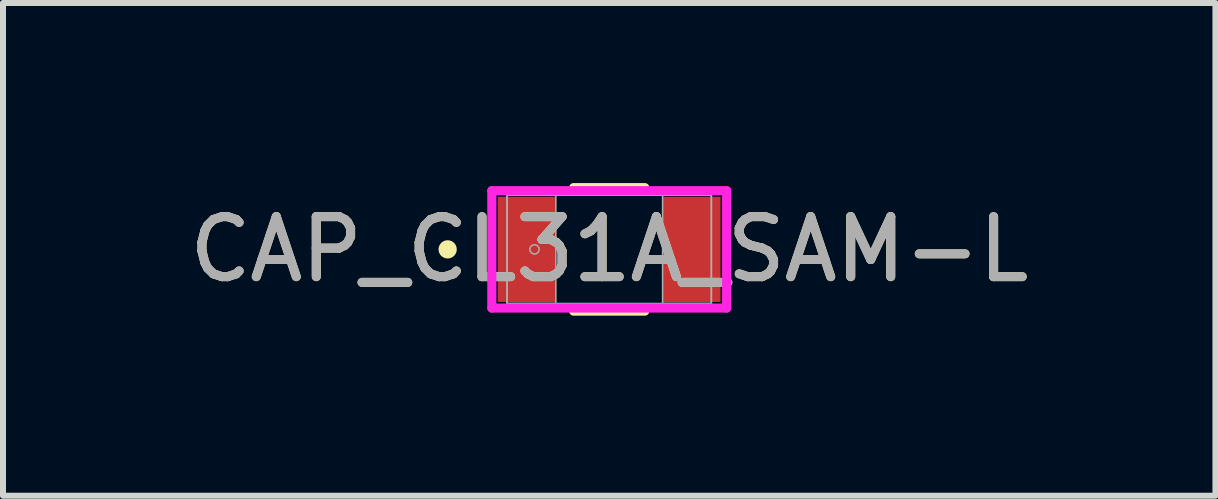
<source format=kicad_pcb>
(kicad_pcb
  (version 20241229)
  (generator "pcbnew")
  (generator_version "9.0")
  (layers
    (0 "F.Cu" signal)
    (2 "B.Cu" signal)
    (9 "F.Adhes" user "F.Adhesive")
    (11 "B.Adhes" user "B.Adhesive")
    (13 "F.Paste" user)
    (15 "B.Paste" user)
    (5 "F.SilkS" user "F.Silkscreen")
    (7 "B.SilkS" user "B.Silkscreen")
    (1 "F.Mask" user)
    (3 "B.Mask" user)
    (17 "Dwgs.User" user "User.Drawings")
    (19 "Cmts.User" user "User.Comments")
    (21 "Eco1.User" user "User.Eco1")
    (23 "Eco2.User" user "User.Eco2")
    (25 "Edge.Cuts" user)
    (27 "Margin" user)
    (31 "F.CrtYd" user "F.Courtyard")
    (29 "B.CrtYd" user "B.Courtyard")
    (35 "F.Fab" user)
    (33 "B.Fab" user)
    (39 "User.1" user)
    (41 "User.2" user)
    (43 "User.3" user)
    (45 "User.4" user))
  (footprint "CAP_CL31A_SAM-L"
    (layer "F.Cu")
    (at 7.101 1.105)
    (property "Reference" "CAP_CL31A_SAM-L" (at 0 0 0) (unlocked yes) (layer "F.SilkS") (effects (font (size 1 1) (thickness 0.15))))
    (attr smd)
    (fp_line (start -0.593 1.029) (end 0.593 1.029) (stroke (width 0.152) (type solid)) (layer "F.SilkS"))
    (fp_line (start 0.593 -1.029) (end -0.593 -1.029) (stroke (width 0.152) (type solid)) (layer "F.SilkS"))
    (fp_circle (center -2.692 0) (end -2.616 0) (stroke (width 0.152) (type solid)) (fill no) (layer "F.SilkS"))
    (fp_line (start -1.956 -0.978) (end 1.956 -0.978) (stroke (width 0.152) (type solid)) (layer "F.CrtYd"))
    (fp_line (start -1.956 0.978) (end -1.956 -0.978) (stroke (width 0.152) (type solid)) (layer "F.CrtYd"))
    (fp_line (start 1.956 -0.978) (end 1.956 0.978) (stroke (width 0.152) (type solid)) (layer "F.CrtYd"))
    (fp_line (start 1.956 0.978) (end -1.956 0.978) (stroke (width 0.152) (type solid)) (layer "F.CrtYd"))
    (fp_line (start -1.702 -0.902) (end -1.702 0.902) (stroke (width 0.025) (type solid)) (layer "F.Fab"))
    (fp_line (start -1.702 -0.902) (end -1.702 0.902) (stroke (width 0.025) (type solid)) (layer "F.Fab"))
    (fp_line (start -1.702 0.902) (end -0.889 0.902) (stroke (width 0.025) (type solid)) (layer "F.Fab"))
    (fp_line (start -1.702 0.902) (end 1.702 0.902) (stroke (width 0.025) (type solid)) (layer "F.Fab"))
    (fp_line (start -0.889 -0.902) (end -1.702 -0.902) (stroke (width 0.025) (type solid)) (layer "F.Fab"))
    (fp_line (start -0.889 0.902) (end -0.889 -0.902) (stroke (width 0.025) (type solid)) (layer "F.Fab"))
    (fp_line (start 0.889 -0.902) (end 0.889 0.902) (stroke (width 0.025) (type solid)) (layer "F.Fab"))
    (fp_line (start 0.889 0.902) (end 1.702 0.902) (stroke (width 0.025) (type solid)) (layer "F.Fab"))
    (fp_line (start 1.702 -0.902) (end -1.702 -0.902) (stroke (width 0.025) (type solid)) (layer "F.Fab"))
    (fp_line (start 1.702 -0.902) (end 0.889 -0.902) (stroke (width 0.025) (type solid)) (layer "F.Fab"))
    (fp_line (start 1.702 0.902) (end 1.702 -0.902) (stroke (width 0.025) (type solid)) (layer "F.Fab"))
    (fp_line (start 1.702 0.902) (end 1.702 -0.902) (stroke (width 0.025) (type solid)) (layer "F.Fab"))
    (fp_circle (center -1.245 0) (end -1.168 0) (stroke (width 0.025) (type solid)) (fill no) (layer "F.Fab"))
    (fp_text user "${REFERENCE}" (at 0 0 0) (unlocked yes) (layer "F.Fab") (effects (font (size 1 1) (thickness 0.15))))
    (pad "1" smd rect (at -1.372 0) (size 0.965 1.753) (layers "F.Cu" "F.Mask" "F.Paste"))
    (pad "2" smd rect (at 1.372 0) (size 0.965 1.753) (layers "F.Cu" "F.Mask" "F.Paste"))
    (zone (net_name "") (layer "F.Cu") (hatch full 0.508) (connect_pads) (min_thickness 0.254) (filled_areas_thickness no) (keepout (tracks not_allowed) (vias not_allowed) (pads allowed) (copperpour not_allowed) (footprints allowed)) (placement (enabled no)) (fill) (polygon (pts (xy 6.263 0.254) (xy 7.939 0.254) (xy 7.939 1.956) (xy 6.263 1.956)))))
  (gr_rect
    (start -3 -3)
    (end 17.202 5.21)
    (stroke (width 0.1) (type default))
    (fill no)
    (layer "Edge.Cuts")))
</source>
